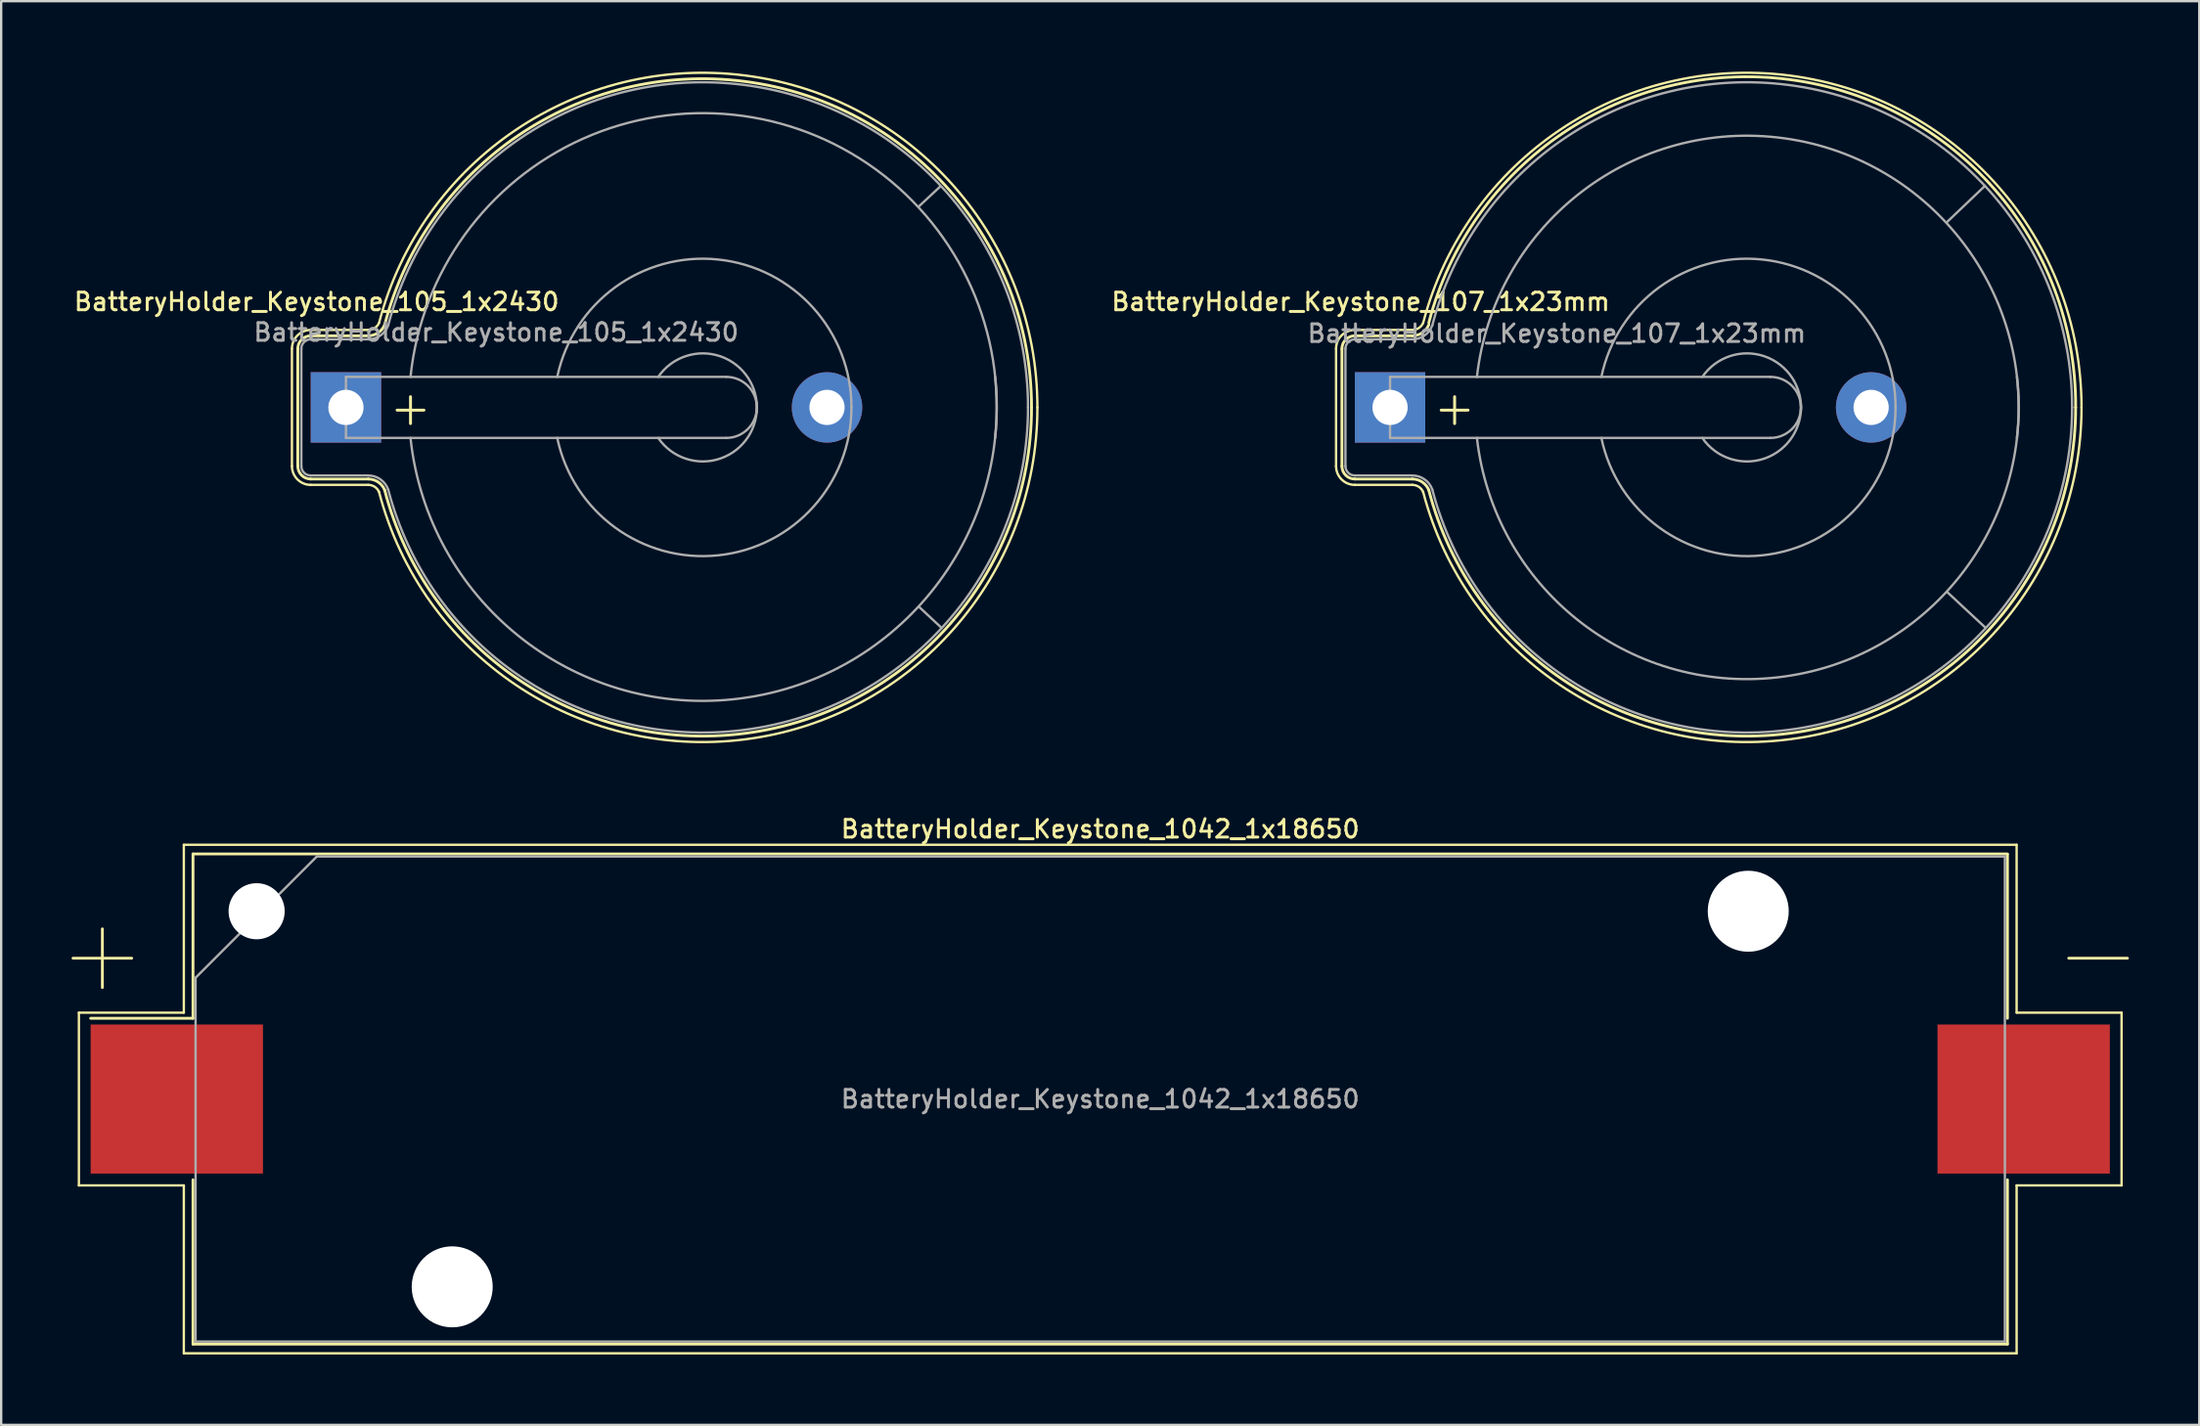
<source format=kicad_pcb>
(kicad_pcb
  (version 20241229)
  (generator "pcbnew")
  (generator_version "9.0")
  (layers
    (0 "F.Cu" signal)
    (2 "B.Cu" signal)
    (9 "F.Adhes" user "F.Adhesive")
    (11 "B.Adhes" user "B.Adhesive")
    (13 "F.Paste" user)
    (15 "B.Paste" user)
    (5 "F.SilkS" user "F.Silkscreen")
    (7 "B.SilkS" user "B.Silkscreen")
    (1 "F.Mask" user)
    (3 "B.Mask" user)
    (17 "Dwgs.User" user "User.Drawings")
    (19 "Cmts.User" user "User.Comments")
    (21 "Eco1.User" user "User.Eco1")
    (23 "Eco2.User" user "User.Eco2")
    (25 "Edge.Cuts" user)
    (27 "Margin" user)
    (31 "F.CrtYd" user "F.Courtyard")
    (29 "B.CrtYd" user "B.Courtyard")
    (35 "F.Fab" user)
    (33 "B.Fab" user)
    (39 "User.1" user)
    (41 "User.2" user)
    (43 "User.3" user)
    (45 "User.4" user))
  (footprint "BatteryHolder_Keystone_1042_1x18650"
    (layer "F.Cu")
    (at 43.81 43.767)
    (property "Reference" "BatteryHolder_Keystone_1042_1x18650" (at 0 -11.5 0) (layer "F.SilkS") (effects (font (size 0.75 0.75) (thickness 0.125))))
    (attr smd)
    (fp_line (start -43.75 -6) (end -41.25 -6) (stroke (width 0.12) (type solid)) (layer "F.SilkS"))
    (fp_line (start -43.5 -3.68) (end -39.03 -3.68) (stroke (width 0.1) (type solid)) (layer "F.SilkS"))
    (fp_line (start -43.5 3.68) (end -43.5 -3.68) (stroke (width 0.1) (type solid)) (layer "F.SilkS"))
    (fp_line (start -42.5 -4.75) (end -42.5 -7.25) (stroke (width 0.12) (type solid)) (layer "F.SilkS"))
    (fp_line (start -39.03 -10.83) (end -39.03 -3.68) (stroke (width 0.1) (type solid)) (layer "F.SilkS"))
    (fp_line (start -39.03 -10.83) (end 39.03 -10.83) (stroke (width 0.1) (type solid)) (layer "F.SilkS"))
    (fp_line (start -39.03 3.68) (end -43.5 3.68) (stroke (width 0.1) (type solid)) (layer "F.SilkS"))
    (fp_line (start -39.03 10.83) (end -39.03 3.68) (stroke (width 0.1) (type solid)) (layer "F.SilkS"))
    (fp_line (start -39.03 10.83) (end 39.03 10.83) (stroke (width 0.1) (type solid)) (layer "F.SilkS"))
    (fp_line (start -38.64 -10.44) (end -38.64 -3.44) (stroke (width 0.12) (type solid)) (layer "F.SilkS"))
    (fp_line (start -38.64 -3.44) (end -43 -3.44) (stroke (width 0.12) (type solid)) (layer "F.SilkS"))
    (fp_line (start -38.64 10.44) (end -38.64 3.44) (stroke (width 0.12) (type solid)) (layer "F.SilkS"))
    (fp_line (start 38.64 -10.44) (end -38.64 -10.44) (stroke (width 0.12) (type solid)) (layer "F.SilkS"))
    (fp_line (start 38.64 -3.44) (end 38.64 -10.42) (stroke (width 0.12) (type solid)) (layer "F.SilkS"))
    (fp_line (start 38.64 3.44) (end 38.64 10.44) (stroke (width 0.12) (type solid)) (layer "F.SilkS"))
    (fp_line (start 38.64 10.44) (end -38.64 10.44) (stroke (width 0.12) (type solid)) (layer "F.SilkS"))
    (fp_line (start 39.03 -10.83) (end 39.03 -3.68) (stroke (width 0.1) (type solid)) (layer "F.SilkS"))
    (fp_line (start 39.03 3.68) (end 43.5 3.68) (stroke (width 0.1) (type solid)) (layer "F.SilkS"))
    (fp_line (start 39.03 10.83) (end 39.03 3.68) (stroke (width 0.1) (type solid)) (layer "F.SilkS"))
    (fp_line (start 43.5 -3.68) (end 39.03 -3.68) (stroke (width 0.1) (type solid)) (layer "F.SilkS"))
    (fp_line (start 43.5 3.68) (end 43.5 -3.68) (stroke (width 0.1) (type solid)) (layer "F.SilkS"))
    (fp_line (start 43.75 -6) (end 41.25 -6) (stroke (width 0.12) (type solid)) (layer "F.SilkS"))
    (fp_line (start -38.53 -5.168) (end -38.53 10.33) (stroke (width 0.1) (type solid)) (layer "F.Fab"))
    (fp_line (start -38.53 10.33) (end 38.53 10.33) (stroke (width 0.1) (type solid)) (layer "F.Fab"))
    (fp_line (start -33.367 -10.33) (end -38.53 -5.168) (stroke (width 0.1) (type solid)) (layer "F.Fab"))
    (fp_line (start -33.367 -10.33) (end 38.53 -10.33) (stroke (width 0.1) (type solid)) (layer "F.Fab"))
    (fp_line (start 38.53 -10.33) (end 38.53 10.33) (stroke (width 0.1) (type solid)) (layer "F.Fab"))
    (fp_text user "${REFERENCE}" (at 0 0 0) (layer "F.Fab") (effects (font (size 0.75 0.75) (thickness 0.125))))
    (pad "" np_thru_hole circle (at -35.93 -8) (size 2.39 2.39) (drill 2.39) (layers "*.Cu" "*.Mask"))
    (pad "" np_thru_hole circle (at -27.6 8) (size 3.45 3.45) (drill 3.45) (layers "*.Cu" "*.Mask"))
    (pad "" np_thru_hole circle (at 27.6 -8) (size 3.45 3.45) (drill 3.45) (layers "*.Cu" "*.Mask"))
    (pad "1" smd rect (at -39.33 0) (size 7.34 6.35) (layers "F.Cu" "F.Mask" "F.Paste"))
    (pad "2" smd rect (at 39.33 0) (size 7.34 6.35) (layers "F.Cu" "F.Mask" "F.Paste")))
  (footprint "BatteryHolder_Keystone_107_1x23mm"
    (layer "F.Cu")
    (at 56.154 14.305)
    (property "Reference" "BatteryHolder_Keystone_107_1x23mm" (at -1.25 -4.5 0) (layer "F.SilkS") (effects (font (size 0.75 0.75) (thickness 0.125))))
    (attr through_hole)
    (fp_line (start -2.3 -2.5) (end -2.3 2.5) (stroke (width 0.1) (type solid)) (layer "F.SilkS"))
    (fp_line (start -2.05 -2.5) (end -2.05 2.5) (stroke (width 0.12) (type solid)) (layer "F.SilkS"))
    (fp_line (start -1.5 3.05) (end 0.95 3.05) (stroke (width 0.12) (type solid)) (layer "F.SilkS"))
    (fp_line (start -1.5 3.3) (end 0.95 3.3) (stroke (width 0.1) (type solid)) (layer "F.SilkS"))
    (fp_line (start 0.95 -3.3) (end -1.5 -3.3) (stroke (width 0.1) (type solid)) (layer "F.SilkS"))
    (fp_line (start 0.95 -3.05) (end -1.5 -3.05) (stroke (width 0.12) (type solid)) (layer "F.SilkS"))
    (fp_arc (start -2.3 -2.5) (mid -2.065685 -3.065685) (end -1.5 -3.3) (stroke (width 0.1) (type solid)) (layer "F.SilkS"))
    (fp_arc (start -2.05 -2.5) (mid -1.888909 -2.888909) (end -1.5 -3.05) (stroke (width 0.12) (type solid)) (layer "F.SilkS"))
    (fp_arc (start -1.5 3.05) (mid -1.888909 2.888909) (end -2.05 2.5) (stroke (width 0.12) (type solid)) (layer "F.SilkS"))
    (fp_arc (start -1.5 3.3) (mid -2.065685 3.065685) (end -2.3 2.5) (stroke (width 0.1) (type solid)) (layer "F.SilkS"))
    (fp_arc (start 0.95 3.05) (mid 1.371574 3.1784) (end 1.65 3.52) (stroke (width 0.12) (type solid)) (layer "F.SilkS"))
    (fp_arc (start 0.95 3.3) (mid 1.22459 3.381628) (end 1.41 3.6) (stroke (width 0.1) (type solid)) (layer "F.SilkS"))
    (fp_arc (start 1.41 -3.6) (mid 1.224591 -3.381627) (end 0.95 -3.3) (stroke (width 0.1) (type solid)) (layer "F.SilkS"))
    (fp_arc (start 1.41 -3.6) (mid 17.014123 -14.138563) (end 29.45 0) (stroke (width 0.1) (type solid)) (layer "F.SilkS"))
    (fp_arc (start 1.65 -3.604769) (mid 17.016593 -13.966381) (end 29.2 0) (stroke (width 0.12) (type solid)) (layer "F.SilkS"))
    (fp_arc (start 1.65 -3.52) (mid 1.371575 -3.1784) (end 0.95 -3.05) (stroke (width 0.12) (type solid)) (layer "F.SilkS"))
    (fp_arc (start 29.2 0) (mid 16.974433 13.886952) (end 1.65 3.52) (stroke (width 0.12) (type solid)) (layer "F.SilkS"))
    (fp_arc (start 29.45 0) (mid 17.014124 14.138563) (end 1.41 3.6) (stroke (width 0.1) (type solid)) (layer "F.SilkS"))
    (fp_line (start -1.9 -2.5) (end -1.9 2.5) (stroke (width 0.1) (type solid)) (layer "F.Fab"))
    (fp_line (start -1.5 2.9) (end 0.95 2.9) (stroke (width 0.1) (type solid)) (layer "F.Fab"))
    (fp_line (start 0 -1.3) (end 0 1.3) (stroke (width 0.1) (type solid)) (layer "F.Fab"))
    (fp_line (start 0 1.3) (end 16.2 1.3) (stroke (width 0.1) (type solid)) (layer "F.Fab"))
    (fp_line (start 0.95 -2.9) (end -1.5 -2.9) (stroke (width 0.1) (type solid)) (layer "F.Fab"))
    (fp_line (start 16.2 -1.3) (end 0 -1.3) (stroke (width 0.1) (type solid)) (layer "F.Fab"))
    (fp_line (start 23.711 -7.887) (end 25.339 -9.439) (stroke (width 0.1) (type solid)) (layer "F.Fab"))
    (fp_line (start 23.724 7.861) (end 25.367 9.391) (stroke (width 0.1) (type solid)) (layer "F.Fab"))
    (fp_arc (start -1.9 -2.5) (mid -1.782843 -2.782843) (end -1.5 -2.9) (stroke (width 0.1) (type solid)) (layer "F.Fab"))
    (fp_arc (start -1.5 2.9) (mid -1.782843 2.782843) (end -1.9 2.5) (stroke (width 0.1) (type solid)) (layer "F.Fab"))
    (fp_arc (start 0.95 2.9) (mid 1.470216 3.06511) (end 1.8 3.5) (stroke (width 0.1) (type solid)) (layer "F.Fab"))
    (fp_arc (start 1.8 -3.5) (mid 1.470217 -3.06511) (end 0.95 -2.9) (stroke (width 0.1) (type solid)) (layer "F.Fab"))
    (fp_arc (start 1.8 -3.5) (mid 16.964356 -13.736686) (end 29.049508 0) (stroke (width 0.1) (type solid)) (layer "F.Fab"))
    (fp_arc (start 3.7 -1.3) (mid 16.5 -11.5) (end 26.7 1.3) (stroke (width 0.1) (type solid)) (layer "F.Fab"))
    (fp_arc (start 9 -1.3) (mid 15.851289 -6.300938) (end 21.53 0) (stroke (width 0.1) (type solid)) (layer "F.Fab"))
    (fp_arc (start 13.3 -1.3) (mid 15.963947 -2.171724) (end 17.495448 0.175833) (stroke (width 0.1) (type solid)) (layer "F.Fab"))
    (fp_arc (start 16.2 -1.3) (mid 17.5 0) (end 16.2 1.3) (stroke (width 0.1) (type solid)) (layer "F.Fab"))
    (fp_arc (start 17.495448 -0.175833) (mid 15.963947 2.171724) (end 13.3 1.3) (stroke (width 0.1) (type solid)) (layer "F.Fab"))
    (fp_arc (start 21.53 0) (mid 15.851292 6.300937) (end 9 1.3) (stroke (width 0.1) (type solid)) (layer "F.Fab"))
    (fp_arc (start 26.7 -1.3) (mid 16.5 11.5) (end 3.7 1.3) (stroke (width 0.1) (type solid)) (layer "F.Fab"))
    (fp_arc (start 29.049508 0) (mid 16.964356 13.736685) (end 1.8 3.5) (stroke (width 0.1) (type solid)) (layer "F.Fab"))
    (fp_text user "+" (at 2.75 0 0) (layer "F.SilkS") (effects (font (size 1.5 1.5) (thickness 0.125))))
    (fp_text user "${REFERENCE}" (at 7.1 -3.15 0) (layer "F.Fab") (effects (font (size 0.75 0.75) (thickness 0.125))))
    (pad "1" thru_hole rect (at 0 0) (size 3 3) (drill 1.5) (layers "*.Cu" "*.Mask"))
    (pad "2" thru_hole circle (at 20.49 0) (size 3 3) (drill 1.5) (layers "*.Cu" "*.Mask")))
  (footprint "BatteryHolder_Keystone_105_1x2430"
    (layer "F.Cu")
    (at 11.684 14.305)
    (property "Reference" "BatteryHolder_Keystone_105_1x2430" (at -1.25 -4.5 0) (layer "F.SilkS") (effects (font (size 0.75 0.75) (thickness 0.125))))
    (attr through_hole)
    (fp_line (start -2.3 -2.5) (end -2.3 2.5) (stroke (width 0.1) (type solid)) (layer "F.SilkS"))
    (fp_line (start -2.05 -2.5) (end -2.05 2.5) (stroke (width 0.12) (type solid)) (layer "F.SilkS"))
    (fp_line (start -1.5 3.05) (end 0.95 3.05) (stroke (width 0.12) (type solid)) (layer "F.SilkS"))
    (fp_line (start -1.5 3.3) (end 0.95 3.3) (stroke (width 0.1) (type solid)) (layer "F.SilkS"))
    (fp_line (start 0.95 -3.3) (end -1.5 -3.3) (stroke (width 0.1) (type solid)) (layer "F.SilkS"))
    (fp_line (start 0.95 -3.05) (end -1.5 -3.05) (stroke (width 0.12) (type solid)) (layer "F.SilkS"))
    (fp_arc (start -2.3 -2.5) (mid -2.065685 -3.065685) (end -1.5 -3.3) (stroke (width 0.1) (type solid)) (layer "F.SilkS"))
    (fp_arc (start -2.05 -2.5) (mid -1.888909 -2.888909) (end -1.5 -3.05) (stroke (width 0.12) (type solid)) (layer "F.SilkS"))
    (fp_arc (start -1.5 3.05) (mid -1.888909 2.888909) (end -2.05 2.5) (stroke (width 0.12) (type solid)) (layer "F.SilkS"))
    (fp_arc (start -1.5 3.3) (mid -2.065685 3.065685) (end -2.3 2.5) (stroke (width 0.1) (type solid)) (layer "F.SilkS"))
    (fp_arc (start 0.95 3.05) (mid 1.371574 3.1784) (end 1.65 3.52) (stroke (width 0.12) (type solid)) (layer "F.SilkS"))
    (fp_arc (start 0.95 3.3) (mid 1.22459 3.381628) (end 1.41 3.6) (stroke (width 0.1) (type solid)) (layer "F.SilkS"))
    (fp_arc (start 1.41 -3.6) (mid 1.224591 -3.381627) (end 0.95 -3.3) (stroke (width 0.1) (type solid)) (layer "F.SilkS"))
    (fp_arc (start 1.41 -3.6) (mid 17.014123 -14.138563) (end 29.45 0) (stroke (width 0.1) (type solid)) (layer "F.SilkS"))
    (fp_arc (start 1.65 -3.52) (mid 1.371575 -3.1784) (end 0.95 -3.05) (stroke (width 0.12) (type solid)) (layer "F.SilkS"))
    (fp_arc (start 1.65 -3.52) (mid 16.974433 -13.886953) (end 29.2 0) (stroke (width 0.12) (type solid)) (layer "F.SilkS"))
    (fp_arc (start 29.2 0) (mid 16.974433 13.886952) (end 1.65 3.52) (stroke (width 0.12) (type solid)) (layer "F.SilkS"))
    (fp_arc (start 29.45 0) (mid 17.014124 14.138563) (end 1.41 3.6) (stroke (width 0.1) (type solid)) (layer "F.SilkS"))
    (fp_line (start -1.9 -2.5) (end -1.9 2.5) (stroke (width 0.1) (type solid)) (layer "F.Fab"))
    (fp_line (start -1.5 2.9) (end 0.95 2.9) (stroke (width 0.1) (type solid)) (layer "F.Fab"))
    (fp_line (start 0 -1.3) (end 0 1.3) (stroke (width 0.1) (type solid)) (layer "F.Fab"))
    (fp_line (start 0 1.3) (end 16.2 1.3) (stroke (width 0.1) (type solid)) (layer "F.Fab"))
    (fp_line (start 0.95 -2.9) (end -1.5 -2.9) (stroke (width 0.1) (type solid)) (layer "F.Fab"))
    (fp_line (start 16.2 -1.3) (end 0 -1.3) (stroke (width 0.1) (type solid)) (layer "F.Fab"))
    (fp_line (start 24.384 -8.547) (end 25.299 -9.399) (stroke (width 0.1) (type solid)) (layer "F.Fab"))
    (fp_line (start 24.409 8.496) (end 25.375 9.398) (stroke (width 0.1) (type solid)) (layer "F.Fab"))
    (fp_arc (start -1.9 -2.5) (mid -1.782843 -2.782843) (end -1.5 -2.9) (stroke (width 0.1) (type solid)) (layer "F.Fab"))
    (fp_arc (start -1.5 2.9) (mid -1.782843 2.782843) (end -1.9 2.5) (stroke (width 0.1) (type solid)) (layer "F.Fab"))
    (fp_arc (start 0.95 2.9) (mid 1.470216 3.06511) (end 1.8 3.5) (stroke (width 0.1) (type solid)) (layer "F.Fab"))
    (fp_arc (start 1.8 -3.5) (mid 1.470217 -3.06511) (end 0.95 -2.9) (stroke (width 0.1) (type solid)) (layer "F.Fab"))
    (fp_arc (start 1.8 -3.5) (mid 16.964356 -13.736686) (end 29.049508 0) (stroke (width 0.1) (type solid)) (layer "F.Fab"))
    (fp_arc (start 2.75 -1.3) (mid 16.5 -12.45) (end 27.65 1.3) (stroke (width 0.1) (type solid)) (layer "F.Fab"))
    (fp_arc (start 9 -1.3) (mid 15.851289 -6.300938) (end 21.53 0) (stroke (width 0.1) (type solid)) (layer "F.Fab"))
    (fp_arc (start 13.3 -1.3) (mid 15.963947 -2.171724) (end 17.495448 0.175833) (stroke (width 0.1) (type solid)) (layer "F.Fab"))
    (fp_arc (start 16.2 -1.3) (mid 17.5 0) (end 16.2 1.3) (stroke (width 0.1) (type solid)) (layer "F.Fab"))
    (fp_arc (start 17.495448 -0.175833) (mid 15.963947 2.171724) (end 13.3 1.3) (stroke (width 0.1) (type solid)) (layer "F.Fab"))
    (fp_arc (start 21.53 0) (mid 15.851292 6.300937) (end 9 1.3) (stroke (width 0.1) (type solid)) (layer "F.Fab"))
    (fp_arc (start 27.65 -1.3) (mid 16.5 12.45) (end 2.75 1.3) (stroke (width 0.1) (type solid)) (layer "F.Fab"))
    (fp_arc (start 29.049508 0) (mid 16.964356 13.736685) (end 1.8 3.5) (stroke (width 0.1) (type solid)) (layer "F.Fab"))
    (fp_text user "+" (at 2.75 0 0) (layer "F.SilkS") (effects (font (size 1.5 1.5) (thickness 0.125))))
    (fp_text user "${REFERENCE}" (at 6.4 -3.2 0) (layer "F.Fab") (effects (font (size 0.75 0.75) (thickness 0.125))))
    (pad "1" thru_hole rect (at 0 0) (size 3 3) (drill 1.5) (layers "*.Cu" "*.Mask"))
    (pad "2" thru_hole circle (at 20.49 0) (size 3 3) (drill 1.5) (layers "*.Cu" "*.Mask")))
  (gr_rect
    (start -3 -3)
    (end 90.62 57.647)
    (stroke (width 0.1) (type default))
    (fill no)
    (layer "Edge.Cuts")))
</source>
